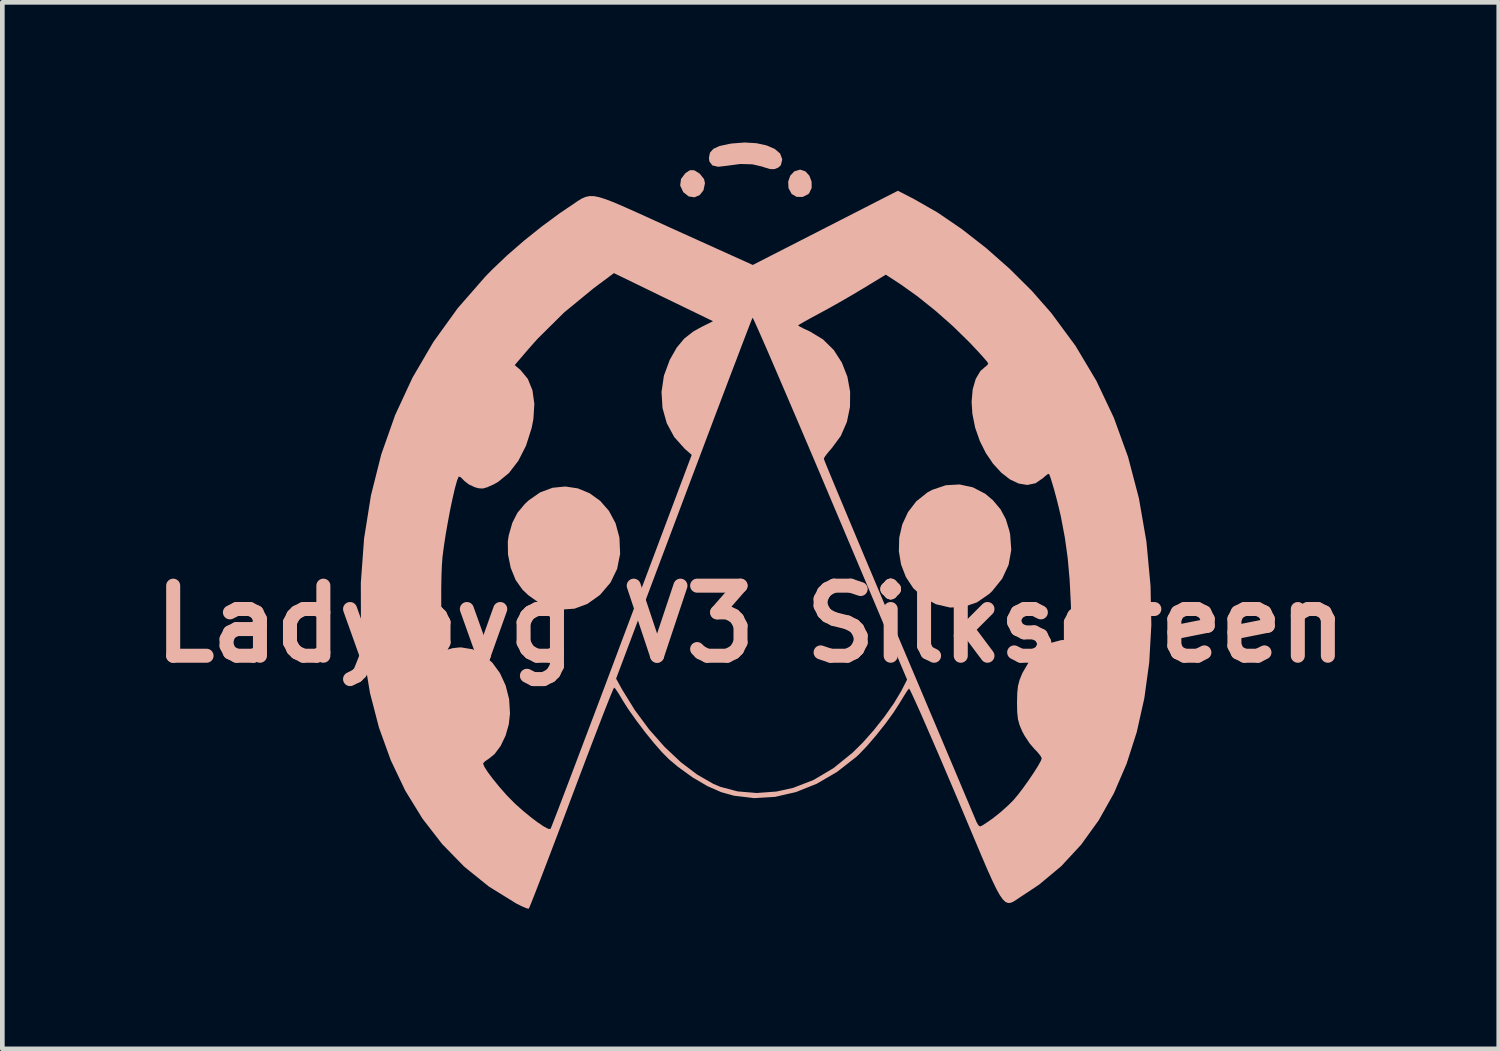
<source format=kicad_pcb>
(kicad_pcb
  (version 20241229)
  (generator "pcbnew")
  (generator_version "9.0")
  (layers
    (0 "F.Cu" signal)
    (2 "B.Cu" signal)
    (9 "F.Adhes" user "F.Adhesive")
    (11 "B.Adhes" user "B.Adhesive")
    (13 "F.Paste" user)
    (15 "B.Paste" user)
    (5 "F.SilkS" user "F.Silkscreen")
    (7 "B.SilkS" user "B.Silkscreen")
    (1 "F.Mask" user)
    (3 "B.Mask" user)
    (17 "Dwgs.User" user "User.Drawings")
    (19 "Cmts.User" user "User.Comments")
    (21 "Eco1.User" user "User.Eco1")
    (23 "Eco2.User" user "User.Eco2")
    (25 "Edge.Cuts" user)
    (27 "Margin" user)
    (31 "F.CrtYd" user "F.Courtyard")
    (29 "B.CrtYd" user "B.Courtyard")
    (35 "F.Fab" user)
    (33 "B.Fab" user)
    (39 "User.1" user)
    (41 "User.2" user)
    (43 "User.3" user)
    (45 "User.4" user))
  (footprint "Ladybyg V3 Silkscreen"
    (layer "F.Cu")
    (at 13.014 10.307)
    (property "Reference" "Ladybyg V3 Silkscreen" (at 0 0 0) (layer "B.SilkS") (effects (font (size 1.5 1.5) (thickness 0.3))))
    (attr board_only exclude_from_pos_files exclude_from_bom)
    (fp_poly (pts (xy -1.205 -9.713) (xy -1.094 -9.644) (xy -1.087 -9.639) (xy -0.995 -9.524) (xy -0.975 -9.436) (xy -1.007 -9.284) (xy -1.088 -9.181) (xy -1.199 -9.134) (xy -1.322 -9.152) (xy -1.437 -9.242) (xy -1.441 -9.247) (xy -1.506 -9.387) (xy -1.488 -9.527) (xy -1.393 -9.652) (xy -1.295 -9.715)) (stroke (width 0) (type solid)) (fill yes) (layer "B.SilkS"))
    (fp_poly (pts (xy 1.174 -9.69) (xy 1.26 -9.596) (xy 1.307 -9.469) (xy 1.309 -9.336) (xy 1.256 -9.222) (xy 1.237 -9.202) (xy 1.118 -9.142) (xy 0.987 -9.143) (xy 0.88 -9.206) (xy 0.88 -9.206) (xy 0.813 -9.331) (xy 0.806 -9.469) (xy 0.85 -9.597) (xy 0.938 -9.69) (xy 1.06 -9.727) (xy 1.06 -9.727)) (stroke (width 0) (type solid)) (fill yes) (layer "B.SilkS"))
    (fp_poly (pts (xy 0.127 -10.292) (xy 0.346 -10.244) (xy 0.519 -10.169) (xy 0.634 -10.07) (xy 0.678 -9.95) (xy 0.678 -9.941) (xy 0.649 -9.82) (xy 0.596 -9.771) (xy 0.51 -9.737) (xy 0.42 -9.738) (xy 0.295 -9.775) (xy 0.254 -9.79) (xy 0.04 -9.84) (xy -0.22 -9.847) (xy -0.497 -9.81) (xy -0.504 -9.809) (xy -0.693 -9.787) (xy -0.818 -9.817) (xy -0.881 -9.902) (xy -0.89 -9.977) (xy -0.869 -10.088) (xy -0.797 -10.17) (xy -0.665 -10.231) (xy -0.461 -10.276) (xy -0.399 -10.286) (xy -0.125 -10.307)) (stroke (width 0) (type solid)) (fill yes) (layer "B.SilkS"))
    (fp_poly (pts (xy -3.697 -2.904) (xy -3.445 -2.8) (xy -3.219 -2.638) (xy -3.03 -2.422) (xy -2.888 -2.156) (xy -2.806 -1.851) (xy -2.791 -1.504) (xy -2.855 -1.181) (xy -2.996 -0.889) (xy -3.213 -0.633) (xy -3.23 -0.617) (xy -3.491 -0.432) (xy -3.768 -0.329) (xy -4.058 -0.309) (xy -4.316 -0.36) (xy -4.535 -0.46) (xy -4.756 -0.617) (xy -4.881 -0.736) (xy -5.028 -0.944) (xy -5.133 -1.204) (xy -5.191 -1.489) (xy -5.195 -1.771) (xy -5.174 -1.904) (xy -5.098 -2.167) (xy -4.991 -2.378) (xy -4.835 -2.566) (xy -4.754 -2.643) (xy -4.504 -2.818) (xy -4.237 -2.917) (xy -3.964 -2.944)) (stroke (width 0) (type solid)) (fill yes) (layer "B.SilkS"))
    (fp_poly (pts (xy 4.76 -2.926) (xy 5.025 -2.788) (xy 5.188 -2.65) (xy 5.351 -2.456) (xy 5.464 -2.246) (xy 5.542 -1.99) (xy 5.557 -1.918) (xy 5.581 -1.586) (xy 5.524 -1.268) (xy 5.387 -0.972) (xy 5.174 -0.707) (xy 5.104 -0.641) (xy 4.846 -0.464) (xy 4.566 -0.368) (xy 4.273 -0.353) (xy 3.976 -0.422) (xy 3.963 -0.427) (xy 3.696 -0.571) (xy 3.483 -0.768) (xy 3.325 -1.007) (xy 3.222 -1.275) (xy 3.175 -1.56) (xy 3.183 -1.85) (xy 3.248 -2.132) (xy 3.37 -2.395) (xy 3.548 -2.627) (xy 3.784 -2.816) (xy 3.889 -2.873) (xy 4.179 -2.971) (xy 4.473 -2.988)) (stroke (width 0) (type solid)) (fill yes) (layer "B.SilkS"))
    (fp_poly (pts (xy 3.499 -9.097) (xy 4.004 -8.808) (xy 4.524 -8.453) (xy 5.044 -8.047) (xy 5.548 -7.602) (xy 6.02 -7.133) (xy 6.437 -6.658) (xy 6.955 -5.956) (xy 7.401 -5.209) (xy 7.777 -4.415) (xy 8.081 -3.576) (xy 8.313 -2.692) (xy 8.474 -1.762) (xy 8.562 -0.814) (xy 8.579 0.02) (xy 8.534 0.822) (xy 8.429 1.587) (xy 8.267 2.312) (xy 8.049 2.992) (xy 7.777 3.623) (xy 7.452 4.201) (xy 7.076 4.723) (xy 6.65 5.183) (xy 6.177 5.577) (xy 5.875 5.778) (xy 5.78 5.84) (xy 5.699 5.895) (xy 5.631 5.939) (xy 5.57 5.966) (xy 5.514 5.971) (xy 5.459 5.949) (xy 5.401 5.895) (xy 5.337 5.804) (xy 5.263 5.672) (xy 5.176 5.492) (xy 5.072 5.261) (xy 4.948 4.972) (xy 4.8 4.621) (xy 4.624 4.203) (xy 4.418 3.712) (xy 4.41 3.693) (xy 4.232 3.275) (xy 4.064 2.881) (xy 3.907 2.518) (xy 3.766 2.194) (xy 3.644 1.914) (xy 3.542 1.687) (xy 3.464 1.517) (xy 3.414 1.413) (xy 3.393 1.38) (xy 3.358 1.423) (xy 3.295 1.521) (xy 3.215 1.652) (xy 3.203 1.672) (xy 3.064 1.889) (xy 2.887 2.133) (xy 2.691 2.38) (xy 2.494 2.609) (xy 2.316 2.795) (xy 2.263 2.844) (xy 1.85 3.166) (xy 1.418 3.418) (xy 0.974 3.596) (xy 0.525 3.699) (xy 0.079 3.726) (xy -0.356 3.674) (xy -0.628 3.598) (xy -0.924 3.468) (xy -1.242 3.281) (xy -1.557 3.053) (xy -1.749 2.891) (xy -1.897 2.741) (xy -2.074 2.539) (xy -2.263 2.305) (xy -2.448 2.06) (xy -2.615 1.824) (xy -2.746 1.618) (xy -2.763 1.587) (xy -2.835 1.468) (xy -2.892 1.385) (xy -2.92 1.359) (xy -2.939 1.398) (xy -2.986 1.509) (xy -3.057 1.686) (xy -3.15 1.922) (xy -3.261 2.21) (xy -3.389 2.543) (xy -3.53 2.913) (xy -3.682 3.315) (xy -3.834 3.718) (xy -3.994 4.144) (xy -4.146 4.545) (xy -4.287 4.916) (xy -4.414 5.248) (xy -4.524 5.535) (xy -4.615 5.77) (xy -4.685 5.947) (xy -4.73 6.057) (xy -4.747 6.094) (xy -4.795 6.083) (xy -4.895 6.041) (xy -5.026 5.975) (xy -5.026 5.974) (xy -5.601 5.618) (xy -6.127 5.194) (xy -6.601 4.708) (xy -7.023 4.163) (xy -7.391 3.564) (xy -7.701 2.913) (xy -7.953 2.215) (xy -8.145 1.475) (xy -8.274 0.695) (xy -8.339 -0.12) (xy -8.34 -0.465) (xy -6.62 -0.465) (xy -6.617 -0.183) (xy -6.609 0.07) (xy -6.597 0.27) (xy -6.593 0.315) (xy -6.575 0.462) (xy -6.557 0.541) (xy -6.531 0.565) (xy -6.488 0.552) (xy -6.477 0.546) (xy -6.382 0.518) (xy -6.246 0.501) (xy -6.193 0.5) (xy -5.948 0.54) (xy -5.724 0.653) (xy -5.526 0.827) (xy -5.363 1.051) (xy -5.241 1.315) (xy -5.167 1.606) (xy -5.148 1.913) (xy -5.174 2.147) (xy -5.243 2.389) (xy -5.348 2.608) (xy -5.478 2.783) (xy -5.598 2.88) (xy -5.683 2.938) (xy -5.724 2.983) (xy -5.724 2.987) (xy -5.697 3.055) (xy -5.623 3.17) (xy -5.512 3.318) (xy -5.376 3.485) (xy -5.225 3.657) (xy -5.178 3.706) (xy -5.038 3.847) (xy -4.879 3.989) (xy -4.715 4.124) (xy -4.561 4.241) (xy -4.428 4.331) (xy -4.33 4.383) (xy -4.282 4.386) (xy -4.263 4.343) (xy -4.217 4.225) (xy -4.145 4.039) (xy -4.049 3.789) (xy -3.932 3.481) (xy -3.795 3.12) (xy -3.641 2.713) (xy -3.471 2.263) (xy -3.287 1.777) (xy -3.092 1.259) (xy -3.058 1.168) (xy -2.877 1.168) (xy -2.748 1.402) (xy -2.475 1.844) (xy -2.168 2.258) (xy -1.837 2.632) (xy -1.491 2.957) (xy -1.14 3.223) (xy -0.795 3.421) (xy -0.649 3.483) (xy -0.276 3.582) (xy 0.132 3.616) (xy 0.554 3.585) (xy 0.91 3.507) (xy 1.351 3.336) (xy 1.774 3.085) (xy 2.184 2.753) (xy 2.403 2.537) (xy 2.64 2.269) (xy 2.868 1.981) (xy 3.069 1.695) (xy 3.225 1.435) (xy 3.248 1.391) (xy 3.351 1.189) (xy 1.709 -2.695) (xy 1.479 -3.239) (xy 1.258 -3.759) (xy 1.048 -4.252) (xy 0.852 -4.71) (xy 0.672 -5.13) (xy 0.51 -5.507) (xy 0.369 -5.834) (xy 0.25 -6.106) (xy 0.156 -6.319) (xy 0.123 -6.391) (xy 1.018 -6.391) (xy 1.053 -6.368) (xy 1.146 -6.32) (xy 1.272 -6.262) (xy 1.552 -6.092) (xy 1.781 -5.866) (xy 1.955 -5.596) (xy 2.073 -5.294) (xy 2.132 -4.974) (xy 2.129 -4.648) (xy 2.063 -4.327) (xy 1.932 -4.026) (xy 1.742 -3.768) (xy 1.65 -3.661) (xy 1.587 -3.576) (xy 1.569 -3.538) (xy 1.585 -3.494) (xy 1.632 -3.377) (xy 1.708 -3.192) (xy 1.81 -2.946) (xy 1.937 -2.643) (xy 2.085 -2.288) (xy 2.253 -1.888) (xy 2.438 -1.446) (xy 2.639 -0.97) (xy 2.852 -0.464) (xy 3.076 0.067) (xy 3.184 0.323) (xy 3.413 0.864) (xy 3.634 1.385) (xy 3.842 1.879) (xy 4.038 2.341) (xy 4.217 2.766) (xy 4.379 3.148) (xy 4.519 3.482) (xy 4.637 3.761) (xy 4.73 3.982) (xy 4.796 4.138) (xy 4.831 4.223) (xy 4.837 4.237) (xy 4.88 4.31) (xy 4.913 4.332) (xy 4.964 4.309) (xy 5.062 4.246) (xy 5.187 4.158) (xy 5.2 4.148) (xy 5.36 4.02) (xy 5.522 3.874) (xy 5.63 3.766) (xy 5.728 3.649) (xy 5.841 3.5) (xy 5.958 3.336) (xy 6.067 3.174) (xy 6.157 3.031) (xy 6.216 2.923) (xy 6.233 2.872) (xy 6.204 2.817) (xy 6.132 2.73) (xy 6.078 2.676) (xy 5.971 2.55) (xy 5.865 2.389) (xy 5.814 2.294) (xy 5.758 2.161) (xy 5.724 2.037) (xy 5.708 1.89) (xy 5.704 1.691) (xy 5.704 1.678) (xy 5.709 1.474) (xy 5.725 1.324) (xy 5.759 1.195) (xy 5.817 1.054) (xy 5.823 1.041) (xy 5.986 0.762) (xy 6.183 0.549) (xy 6.407 0.408) (xy 6.65 0.344) (xy 6.717 0.341) (xy 6.883 0.34) (xy 6.856 -0.435) (xy 6.83 -0.951) (xy 6.789 -1.41) (xy 6.729 -1.843) (xy 6.647 -2.278) (xy 6.639 -2.317) (xy 6.599 -2.488) (xy 6.552 -2.677) (xy 6.502 -2.863) (xy 6.454 -3.027) (xy 6.415 -3.15) (xy 6.39 -3.212) (xy 6.388 -3.215) (xy 6.349 -3.201) (xy 6.278 -3.141) (xy 6.263 -3.126) (xy 6.101 -3.014) (xy 5.924 -2.977) (xy 5.738 -3.008) (xy 5.549 -3.098) (xy 5.365 -3.242) (xy 5.192 -3.431) (xy 5.037 -3.659) (xy 4.907 -3.919) (xy 4.808 -4.203) (xy 4.748 -4.503) (xy 4.732 -4.757) (xy 4.755 -5.023) (xy 4.82 -5.247) (xy 4.92 -5.416) (xy 5.005 -5.49) (xy 5.07 -5.544) (xy 5.088 -5.577) (xy 5.061 -5.618) (xy 4.984 -5.708) (xy 4.869 -5.835) (xy 4.727 -5.986) (xy 4.675 -6.04) (xy 4.332 -6.376) (xy 3.957 -6.707) (xy 3.575 -7.013) (xy 3.213 -7.271) (xy 3.175 -7.296) (xy 2.895 -7.478) (xy 2.403 -7.179) (xy 2.166 -7.038) (xy 1.903 -6.886) (xy 1.648 -6.743) (xy 1.464 -6.643) (xy 1.291 -6.55) (xy 1.149 -6.471) (xy 1.053 -6.416) (xy 1.018 -6.391) (xy 1.018 -6.391) (xy 0.123 -6.391) (xy 0.089 -6.468) (xy 0.051 -6.546) (xy 0.044 -6.557) (xy 0.026 -6.515) (xy -0.02 -6.399) (xy -0.091 -6.214) (xy -0.186 -5.966) (xy -0.302 -5.66) (xy -0.439 -5.302) (xy -0.592 -4.898) (xy -0.761 -4.452) (xy -0.943 -3.97) (xy -1.136 -3.457) (xy -1.339 -2.92) (xy -1.428 -2.683) (xy -2.877 1.168) (xy -3.058 1.168) (xy -2.888 0.716) (xy -2.757 0.366) (xy -1.259 -3.621) (xy -1.411 -3.754) (xy -1.634 -4.004) (xy -1.793 -4.299) (xy -1.884 -4.624) (xy -1.905 -4.967) (xy -1.854 -5.315) (xy -1.729 -5.654) (xy -1.727 -5.658) (xy -1.581 -5.915) (xy -1.42 -6.109) (xy -1.223 -6.263) (xy -1.048 -6.36) (xy -0.803 -6.482) (xy -1.864 -6.996) (xy -2.924 -7.511) (xy -3.36 -7.186) (xy -3.986 -6.672) (xy -4.558 -6.106) (xy -4.756 -5.883) (xy -5.047 -5.543) (xy -4.923 -5.437) (xy -4.767 -5.248) (xy -4.668 -5.005) (xy -4.627 -4.715) (xy -4.647 -4.39) (xy -4.685 -4.195) (xy -4.805 -3.818) (xy -4.969 -3.495) (xy -5.17 -3.233) (xy -5.403 -3.042) (xy -5.492 -2.992) (xy -5.631 -2.929) (xy -5.727 -2.901) (xy -5.814 -2.905) (xy -5.894 -2.926) (xy -6.024 -2.985) (xy -6.13 -3.067) (xy -6.143 -3.082) (xy -6.206 -3.145) (xy -6.246 -3.156) (xy -6.248 -3.154) (xy -6.282 -3.069) (xy -6.325 -2.915) (xy -6.373 -2.708) (xy -6.425 -2.464) (xy -6.475 -2.199) (xy -6.523 -1.928) (xy -6.563 -1.667) (xy -6.593 -1.434) (xy -6.606 -1.262) (xy -6.615 -1.028) (xy -6.62 -0.754) (xy -6.62 -0.465) (xy -8.34 -0.465) (xy -8.341 -0.88) (xy -8.271 -1.833) (xy -8.125 -2.75) (xy -7.904 -3.63) (xy -7.607 -4.472) (xy -7.235 -5.274) (xy -6.788 -6.038) (xy -6.268 -6.76) (xy -5.673 -7.441) (xy -5.533 -7.584) (xy -5.21 -7.891) (xy -4.844 -8.209) (xy -4.461 -8.515) (xy -4.089 -8.789) (xy -3.921 -8.903) (xy -3.8 -8.984) (xy -3.701 -9.053) (xy -3.614 -9.106) (xy -3.532 -9.142) (xy -3.447 -9.16) (xy -3.35 -9.159) (xy -3.233 -9.135) (xy -3.087 -9.088) (xy -2.904 -9.017) (xy -2.676 -8.918) (xy -2.394 -8.792) (xy -2.051 -8.636) (xy -1.656 -8.456) (xy 0.048 -7.686) (xy 1.601 -8.48) (xy 3.154 -9.274)) (stroke (width 0) (type solid)) (fill yes) (layer "B.SilkS")))
  (gr_rect
    (start -3 -3)
    (end 29.029 19.4)
    (stroke (width 0.1) (type default))
    (fill no)
    (layer "Edge.Cuts")))
</source>
